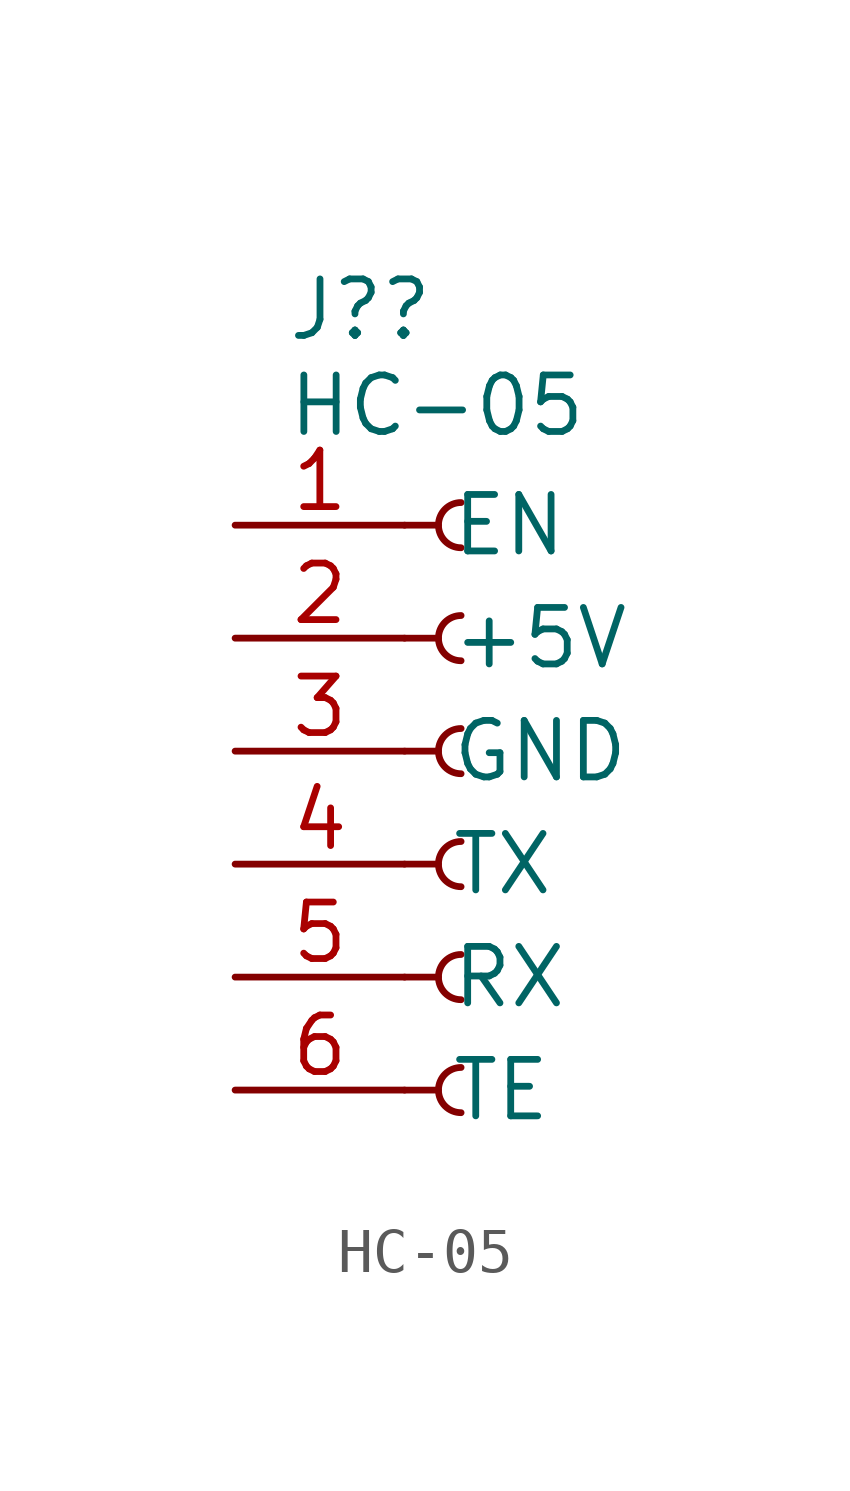
<source format=kicad_sym>
(kicad_symbol_lib
  (version 20211014)
  (generator kicad_symbol_editor)
  (symbol "HC-05"
    (pin_names
      (offset 1.016))
    (property "Reference" "J?"
      (at -3.937 10.668 0)
      (effects (font (size 1.27 1.27)) (justify left top)))
    (property "Value" "HC-05"
      (at -3.937 8.509 0)
      (effects (font (size 1.27 1.27)) (justify left top)))
    (symbol "HC-05_1_1"
      (arc (start 0 -7.112) (mid -0.508 -7.62) (end 0 -8.128) (stroke (width 0.1524) (type default) (color 0 0 0 0)) (fill (type none)))
      (arc (start 0 -4.572) (mid -0.508 -5.08) (end 0 -5.588) (stroke (width 0.1524) (type default) (color 0 0 0 0)) (fill (type none)))
      (arc (start 0 -2.032) (mid -0.508 -2.54) (end 0 -3.048) (stroke (width 0.1524) (type default) (color 0 0 0 0)) (fill (type none)))
      (polyline (pts (xy -1.27 -7.62) (xy -0.508 -7.62)) (stroke (width 0.152) (type default) (color 0 0 0 0)) (fill (type none)))
      (polyline (pts (xy -1.27 -5.08) (xy -0.508 -5.08)) (stroke (width 0.152) (type default) (color 0 0 0 0)) (fill (type none)))
      (polyline (pts (xy -1.27 -2.54) (xy -0.508 -2.54)) (stroke (width 0.152) (type default) (color 0 0 0 0)) (fill (type none)))
      (polyline (pts (xy -1.27 0) (xy -0.508 0)) (stroke (width 0.152) (type default) (color 0 0 0 0)) (fill (type none)))
      (polyline (pts (xy -1.27 2.54) (xy -0.508 2.54)) (stroke (width 0.152) (type default) (color 0 0 0 0)) (fill (type none)))
      (polyline (pts (xy -1.27 5.08) (xy -0.508 5.08)) (stroke (width 0.152) (type default) (color 0 0 0 0)) (fill (type none)))
      (arc (start 0 0.508) (mid -0.508 0) (end 0 -0.508) (stroke (width 0.1524) (type default) (color 0 0 0 0)) (fill (type none)))
      (arc (start 0 3.048) (mid -0.508 2.54) (end 0 2.032) (stroke (width 0.1524) (type default) (color 0 0 0 0)) (fill (type none)))
      (arc (start 0 5.588) (mid -0.508 5.08) (end 0 4.572) (stroke (width 0.1524) (type default) (color 0 0 0 0)) (fill (type none)))
      (pin passive line (at -5.08 5.08 0) (length 3.81) (name "EN" (effects (font (size 1.27 1.27)))) (number "1" (effects (font (size 1.27 1.27)))))
      (pin passive line (at -5.08 2.54 0) (length 3.81) (name "+5V" (effects (font (size 1.27 1.27)))) (number "2" (effects (font (size 1.27 1.27)))))
      (pin passive line (at -5.08 0 0) (length 3.81) (name "GND" (effects (font (size 1.27 1.27)))) (number "3" (effects (font (size 1.27 1.27)))))
      (pin passive line (at -5.08 -2.54 0) (length 3.81) (name "TX" (effects (font (size 1.27 1.27)))) (number "4" (effects (font (size 1.27 1.27)))))
      (pin passive line (at -5.08 -5.08 0) (length 3.81) (name "RX" (effects (font (size 1.27 1.27)))) (number "5" (effects (font (size 1.27 1.27)))))
      (pin passive line (at -5.08 -7.62 0) (length 3.81) (name "TE" (effects (font (size 1.27 1.27)))) (number "6" (effects (font (size 1.27 1.27))))))))
</source>
